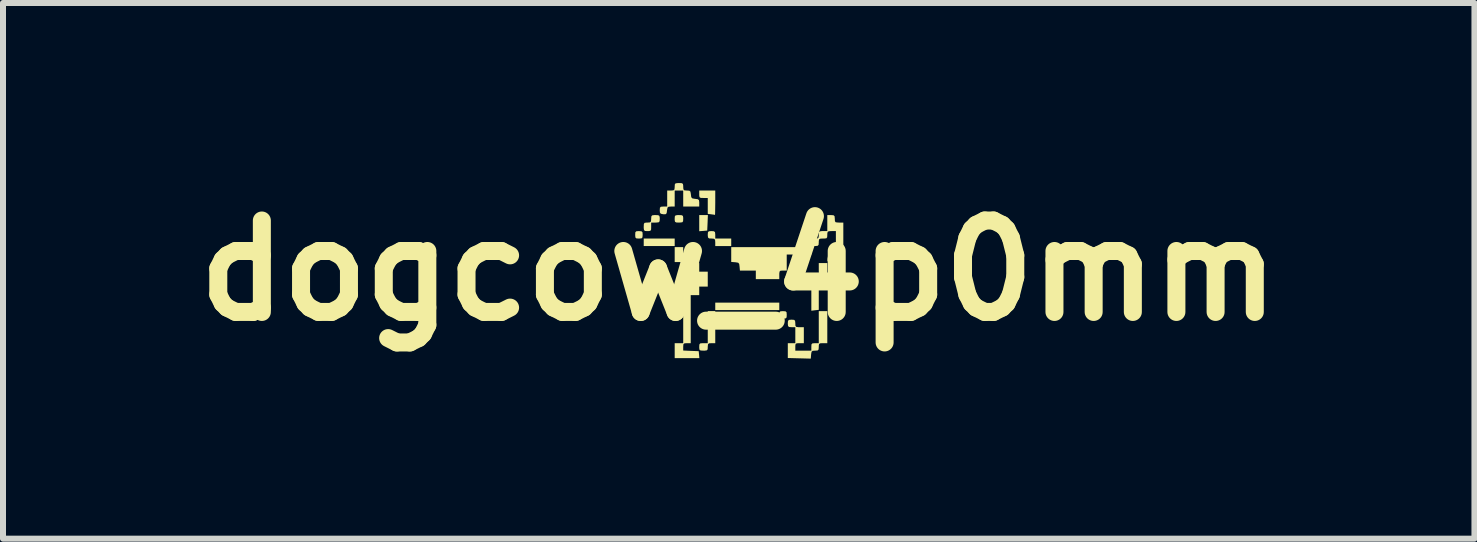
<source format=kicad_pcb>
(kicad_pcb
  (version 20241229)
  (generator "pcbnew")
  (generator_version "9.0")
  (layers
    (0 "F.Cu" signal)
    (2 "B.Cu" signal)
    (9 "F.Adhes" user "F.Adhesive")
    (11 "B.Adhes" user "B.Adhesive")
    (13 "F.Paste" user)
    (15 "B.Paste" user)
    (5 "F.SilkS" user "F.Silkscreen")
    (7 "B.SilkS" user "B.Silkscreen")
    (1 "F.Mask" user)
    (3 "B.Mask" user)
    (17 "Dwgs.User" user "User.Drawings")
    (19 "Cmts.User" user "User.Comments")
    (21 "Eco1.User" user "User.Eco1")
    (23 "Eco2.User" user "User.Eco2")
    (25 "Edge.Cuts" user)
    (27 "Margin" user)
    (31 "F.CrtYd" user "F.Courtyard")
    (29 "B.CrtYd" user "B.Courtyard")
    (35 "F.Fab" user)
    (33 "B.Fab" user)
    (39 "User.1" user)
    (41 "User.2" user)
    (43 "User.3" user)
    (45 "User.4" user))
  (footprint "dogcow_4p0mm"
    (layer "F.Cu")
    (at 9.26 1.459)
    (property "Reference" "dogcow_4p0mm" (at 0 0 0) (layer "F.SilkS") (effects (font (size 1.524 1.524) (thickness 0.3))))
    (attr board_only exclude_from_pos_files exclude_from_bom)
    (fp_poly (pts (xy -1.067 -0.409) (xy -1.583 -0.409) (xy -1.583 -0.534) (xy -1.067 -0.534)) (stroke (width 0) (type solid)) (fill yes) (layer "F.SilkS"))
    (fp_poly (pts (xy -0.925 -0.142) (xy -1.067 -0.142) (xy -1.067 -0.391) (xy -0.925 -0.391)) (stroke (width 0) (type solid)) (fill yes) (layer "F.SilkS"))
    (fp_poly (pts (xy 0.676 0.658) (xy -0.391 0.658) (xy -0.391 0.534) (xy 0.676 0.534)) (stroke (width 0) (type solid)) (fill yes) (layer "F.SilkS"))
    (fp_poly (pts (xy 1.334 0.654) (xy 1.272 0.661) (xy 1.21 0.669) (xy 1.21 0.142) (xy 1.334 0.142)) (stroke (width 0) (type solid)) (fill yes) (layer "F.SilkS"))
    (fp_poly (pts (xy -0.519 -0.796) (xy -0.525 -0.667) (xy -0.591 -0.661) (xy -0.658 -0.656) (xy -0.658 -0.925) (xy -0.514 -0.925)) (stroke (width 0) (type solid)) (fill yes) (layer "F.SilkS"))
    (fp_poly (pts (xy 1.476 0.142) (xy 1.417 0.142) (xy 1.373 0.139) (xy 1.347 0.131) (xy 1.346 0.13) (xy 1.34 0.108) (xy 1.336 0.06) (xy 1.334 -0.003) (xy 1.334 -0.125) (xy 1.476 -0.125)) (stroke (width 0) (type solid)) (fill yes) (layer "F.SilkS"))
    (fp_poly (pts (xy 1.597 -0.251) (xy 1.601 -0.213) (xy 1.601 -0.206) (xy 1.598 -0.163) (xy 1.583 -0.146) (xy 1.545 -0.142) (xy 1.537 -0.142) (xy 1.496 -0.145) (xy 1.479 -0.158) (xy 1.479 -0.193) (xy 1.48 -0.2) (xy 1.488 -0.241) (xy 1.511 -0.258) (xy 1.543 -0.263) (xy 1.581 -0.265)) (stroke (width 0) (type solid)) (fill yes) (layer "F.SilkS"))
    (fp_poly (pts (xy -1.621 -0.655) (xy -1.604 -0.64) (xy -1.601 -0.601) (xy -1.601 -0.596) (xy -1.604 -0.554) (xy -1.619 -0.537) (xy -1.658 -0.534) (xy -1.663 -0.534) (xy -1.705 -0.536) (xy -1.722 -0.552) (xy -1.725 -0.591) (xy -1.725 -0.596) (xy -1.723 -0.638) (xy -1.707 -0.655) (xy -1.668 -0.658) (xy -1.663 -0.658)) (stroke (width 0) (type solid)) (fill yes) (layer "F.SilkS"))
    (fp_poly (pts (xy -0.951 -0.923) (xy -0.93 -0.911) (xy -0.925 -0.881) (xy -0.925 -0.863) (xy -0.927 -0.823) (xy -0.94 -0.805) (xy -0.975 -0.801) (xy -0.996 -0.8) (xy -1.042 -0.802) (xy -1.062 -0.814) (xy -1.067 -0.844) (xy -1.067 -0.863) (xy -1.065 -0.903) (xy -1.052 -0.92) (xy -1.017 -0.925) (xy -0.996 -0.925)) (stroke (width 0) (type solid)) (fill yes) (layer "F.SilkS"))
    (fp_poly (pts (xy 0.78 0.679) (xy 0.797 0.694) (xy 0.8 0.733) (xy 0.8 0.738) (xy 0.798 0.78) (xy 0.782 0.797) (xy 0.743 0.8) (xy 0.738 0.8) (xy 0.696 0.798) (xy 0.679 0.782) (xy 0.676 0.743) (xy 0.676 0.738) (xy 0.679 0.696) (xy 0.694 0.679) (xy 0.733 0.676) (xy 0.738 0.676)) (stroke (width 0) (type solid)) (fill yes) (layer "F.SilkS"))
    (fp_poly (pts (xy -0.391 -1.129) (xy -0.392 -1.049) (xy -0.393 -0.984) (xy -0.394 -0.942) (xy -0.396 -0.928) (xy -0.415 -0.932) (xy -0.454 -0.937) (xy -0.458 -0.938) (xy -0.516 -0.945) (xy -0.516 -1.21) (xy -0.587 -1.21) (xy -0.633 -1.211) (xy -0.653 -1.223) (xy -0.658 -1.253) (xy -0.658 -1.272) (xy -0.658 -1.334) (xy -0.391 -1.334)) (stroke (width 0) (type solid)) (fill yes) (layer "F.SilkS"))
    (fp_poly (pts (xy 1.21 -0.267) (xy 0.8 -0.267) (xy 0.8 0) (xy 0.738 0) (xy 0.698 0.002) (xy 0.681 0.015) (xy 0.676 0.05) (xy 0.676 0.071) (xy 0.676 0.142) (xy 0.285 0.142) (xy 0.285 0) (xy 0.02 0) (xy 0.014 -0.067) (xy 0.008 -0.111) (xy -0.009 -0.131) (xy -0.049 -0.138) (xy -0.058 -0.139) (xy -0.125 -0.144) (xy -0.125 -0.391) (xy 1.21 -0.391)) (stroke (width 0) (type solid)) (fill yes) (layer "F.SilkS"))
    (fp_poly (pts (xy -0.412 -0.655) (xy -0.395 -0.64) (xy -0.391 -0.601) (xy -0.391 -0.596) (xy -0.391 -0.534) (xy -0.125 -0.534) (xy -0.125 -0.409) (xy -0.391 -0.409) (xy -0.391 -0.471) (xy -0.394 -0.513) (xy -0.41 -0.53) (xy -0.449 -0.534) (xy -0.454 -0.534) (xy -0.495 -0.536) (xy -0.512 -0.552) (xy -0.516 -0.591) (xy -0.516 -0.596) (xy -0.513 -0.638) (xy -0.498 -0.655) (xy -0.458 -0.658) (xy -0.454 -0.658)) (stroke (width 0) (type solid)) (fill yes) (layer "F.SilkS"))
    (fp_poly (pts (xy -0.391 1.21) (xy -0.454 1.21) (xy -0.495 1.212) (xy -0.512 1.228) (xy -0.516 1.267) (xy -0.516 1.272) (xy -0.518 1.312) (xy -0.531 1.329) (xy -0.566 1.334) (xy -0.587 1.334) (xy -0.633 1.332) (xy -0.653 1.321) (xy -0.658 1.29) (xy -0.658 1.272) (xy -0.656 1.232) (xy -0.643 1.214) (xy -0.608 1.21) (xy -0.587 1.21) (xy -0.516 1.21) (xy -0.516 0.676) (xy -0.391 0.676)) (stroke (width 0) (type solid)) (fill yes) (layer "F.SilkS"))
    (fp_poly (pts (xy -0.658 0.018) (xy -0.516 0.018) (xy -0.516 0.267) (xy -0.658 0.267) (xy -0.658 0.409) (xy -0.8 0.409) (xy -0.8 1.21) (xy -0.863 1.21) (xy -0.904 1.212) (xy -0.922 1.228) (xy -0.925 1.267) (xy -0.925 1.271) (xy -0.925 1.332) (xy -0.796 1.338) (xy -0.667 1.343) (xy -0.661 1.401) (xy -0.656 1.459) (xy -1.067 1.459) (xy -1.067 1.21) (xy -0.925 1.21) (xy -0.925 -0.125) (xy -0.658 -0.125)) (stroke (width 0) (type solid)) (fill yes) (layer "F.SilkS"))
    (fp_poly (pts (xy -1.342 -0.923) (xy -1.322 -0.911) (xy -1.316 -0.881) (xy -1.316 -0.863) (xy -1.318 -0.823) (xy -1.332 -0.805) (xy -1.366 -0.801) (xy -1.387 -0.8) (xy -1.459 -0.8) (xy -1.459 -0.729) (xy -1.46 -0.684) (xy -1.472 -0.663) (xy -1.502 -0.658) (xy -1.521 -0.658) (xy -1.561 -0.66) (xy -1.578 -0.674) (xy -1.583 -0.708) (xy -1.583 -0.729) (xy -1.581 -0.775) (xy -1.57 -0.795) (xy -1.539 -0.8) (xy -1.521 -0.8) (xy -1.479 -0.803) (xy -1.462 -0.819) (xy -1.459 -0.858) (xy -1.459 -0.863) (xy -1.456 -0.903) (xy -1.443 -0.92) (xy -1.408 -0.925) (xy -1.387 -0.925)) (stroke (width 0) (type solid)) (fill yes) (layer "F.SilkS"))
    (fp_poly (pts (xy 1.58 -0.922) (xy 1.597 -0.907) (xy 1.601 -0.867) (xy 1.601 -0.863) (xy 1.603 -0.823) (xy 1.616 -0.805) (xy 1.651 -0.801) (xy 1.672 -0.8) (xy 1.743 -0.8) (xy 1.743 -0.267) (xy 1.619 -0.267) (xy 1.619 -0.658) (xy 1.547 -0.658) (xy 1.502 -0.656) (xy 1.482 -0.645) (xy 1.476 -0.614) (xy 1.476 -0.596) (xy 1.474 -0.556) (xy 1.461 -0.538) (xy 1.426 -0.534) (xy 1.405 -0.534) (xy 1.36 -0.532) (xy 1.339 -0.52) (xy 1.334 -0.49) (xy 1.334 -0.471) (xy 1.331 -0.43) (xy 1.316 -0.413) (xy 1.277 -0.409) (xy 1.272 -0.409) (xy 1.23 -0.412) (xy 1.213 -0.427) (xy 1.21 -0.467) (xy 1.21 -0.471) (xy 1.212 -0.513) (xy 1.228 -0.53) (xy 1.267 -0.534) (xy 1.272 -0.534) (xy 1.314 -0.536) (xy 1.331 -0.552) (xy 1.334 -0.591) (xy 1.334 -0.596) (xy 1.336 -0.636) (xy 1.349 -0.653) (xy 1.384 -0.658) (xy 1.405 -0.658) (xy 1.476 -0.658) (xy 1.476 -0.925) (xy 1.539 -0.925)) (stroke (width 0) (type solid)) (fill yes) (layer "F.SilkS"))
    (fp_poly (pts (xy -0.951 -1.457) (xy -0.93 -1.445) (xy -0.925 -1.415) (xy -0.925 -1.396) (xy -0.922 -1.355) (xy -0.907 -1.337) (xy -0.868 -1.334) (xy -0.864 -1.334) (xy -0.823 -1.331) (xy -0.805 -1.316) (xy -0.798 -1.277) (xy -0.797 -1.267) (xy -0.791 -1.223) (xy -0.773 -1.203) (xy -0.734 -1.196) (xy -0.725 -1.195) (xy -0.681 -1.189) (xy -0.662 -1.173) (xy -0.658 -1.137) (xy -0.658 -1.128) (xy -0.658 -1.067) (xy -0.925 -1.067) (xy -0.925 -1.334) (xy -1.067 -1.334) (xy -1.067 -1.067) (xy -1.128 -1.067) (xy -1.169 -1.064) (xy -1.187 -1.049) (xy -1.194 -1.01) (xy -1.195 -1.001) (xy -1.201 -0.957) (xy -1.216 -0.94) (xy -1.249 -0.938) (xy -1.258 -0.939) (xy -1.298 -0.947) (xy -1.313 -0.967) (xy -1.316 -1.006) (xy -1.313 -1.047) (xy -1.298 -1.064) (xy -1.258 -1.067) (xy -1.254 -1.067) (xy -1.192 -1.067) (xy -1.192 -1.334) (xy -1.129 -1.334) (xy -1.088 -1.337) (xy -1.071 -1.352) (xy -1.067 -1.392) (xy -1.067 -1.396) (xy -1.065 -1.436) (xy -1.052 -1.454) (xy -1.017 -1.458) (xy -0.996 -1.459)) (stroke (width 0) (type solid)) (fill yes) (layer "F.SilkS"))
    (fp_poly (pts (xy 1.476 1.21) (xy 1.405 1.21) (xy 1.36 1.211) (xy 1.339 1.223) (xy 1.334 1.253) (xy 1.334 1.272) (xy 1.331 1.314) (xy 1.316 1.331) (xy 1.277 1.334) (xy 1.273 1.334) (xy 1.232 1.337) (xy 1.214 1.352) (xy 1.207 1.391) (xy 1.206 1.401) (xy 1.201 1.467) (xy 1.009 1.462) (xy 0.818 1.457) (xy 0.818 1.21) (xy 0.943 1.21) (xy 0.943 0.943) (xy 0.88 0.943) (xy 0.839 0.94) (xy 0.822 0.924) (xy 0.818 0.885) (xy 0.818 0.88) (xy 0.821 0.839) (xy 0.836 0.822) (xy 0.876 0.818) (xy 0.88 0.818) (xy 0.922 0.821) (xy 0.939 0.836) (xy 0.943 0.876) (xy 0.943 0.88) (xy 0.945 0.92) (xy 0.958 0.938) (xy 0.993 0.943) (xy 1.014 0.943) (xy 1.085 0.943) (xy 1.085 1.21) (xy 1.014 1.21) (xy 0.968 1.211) (xy 0.948 1.223) (xy 0.943 1.253) (xy 0.943 1.272) (xy 0.943 1.334) (xy 1.21 1.334) (xy 1.21 1.272) (xy 1.212 1.23) (xy 1.228 1.213) (xy 1.267 1.21) (xy 1.272 1.21) (xy 1.334 1.21) (xy 1.334 0.676) (xy 1.476 0.676)) (stroke (width 0) (type solid)) (fill yes) (layer "F.SilkS")))
  (gr_rect
    (start -3 -3)
    (end 21.52 5.926)
    (stroke (width 0.1) (type default))
    (fill no)
    (layer "Edge.Cuts")))
</source>
